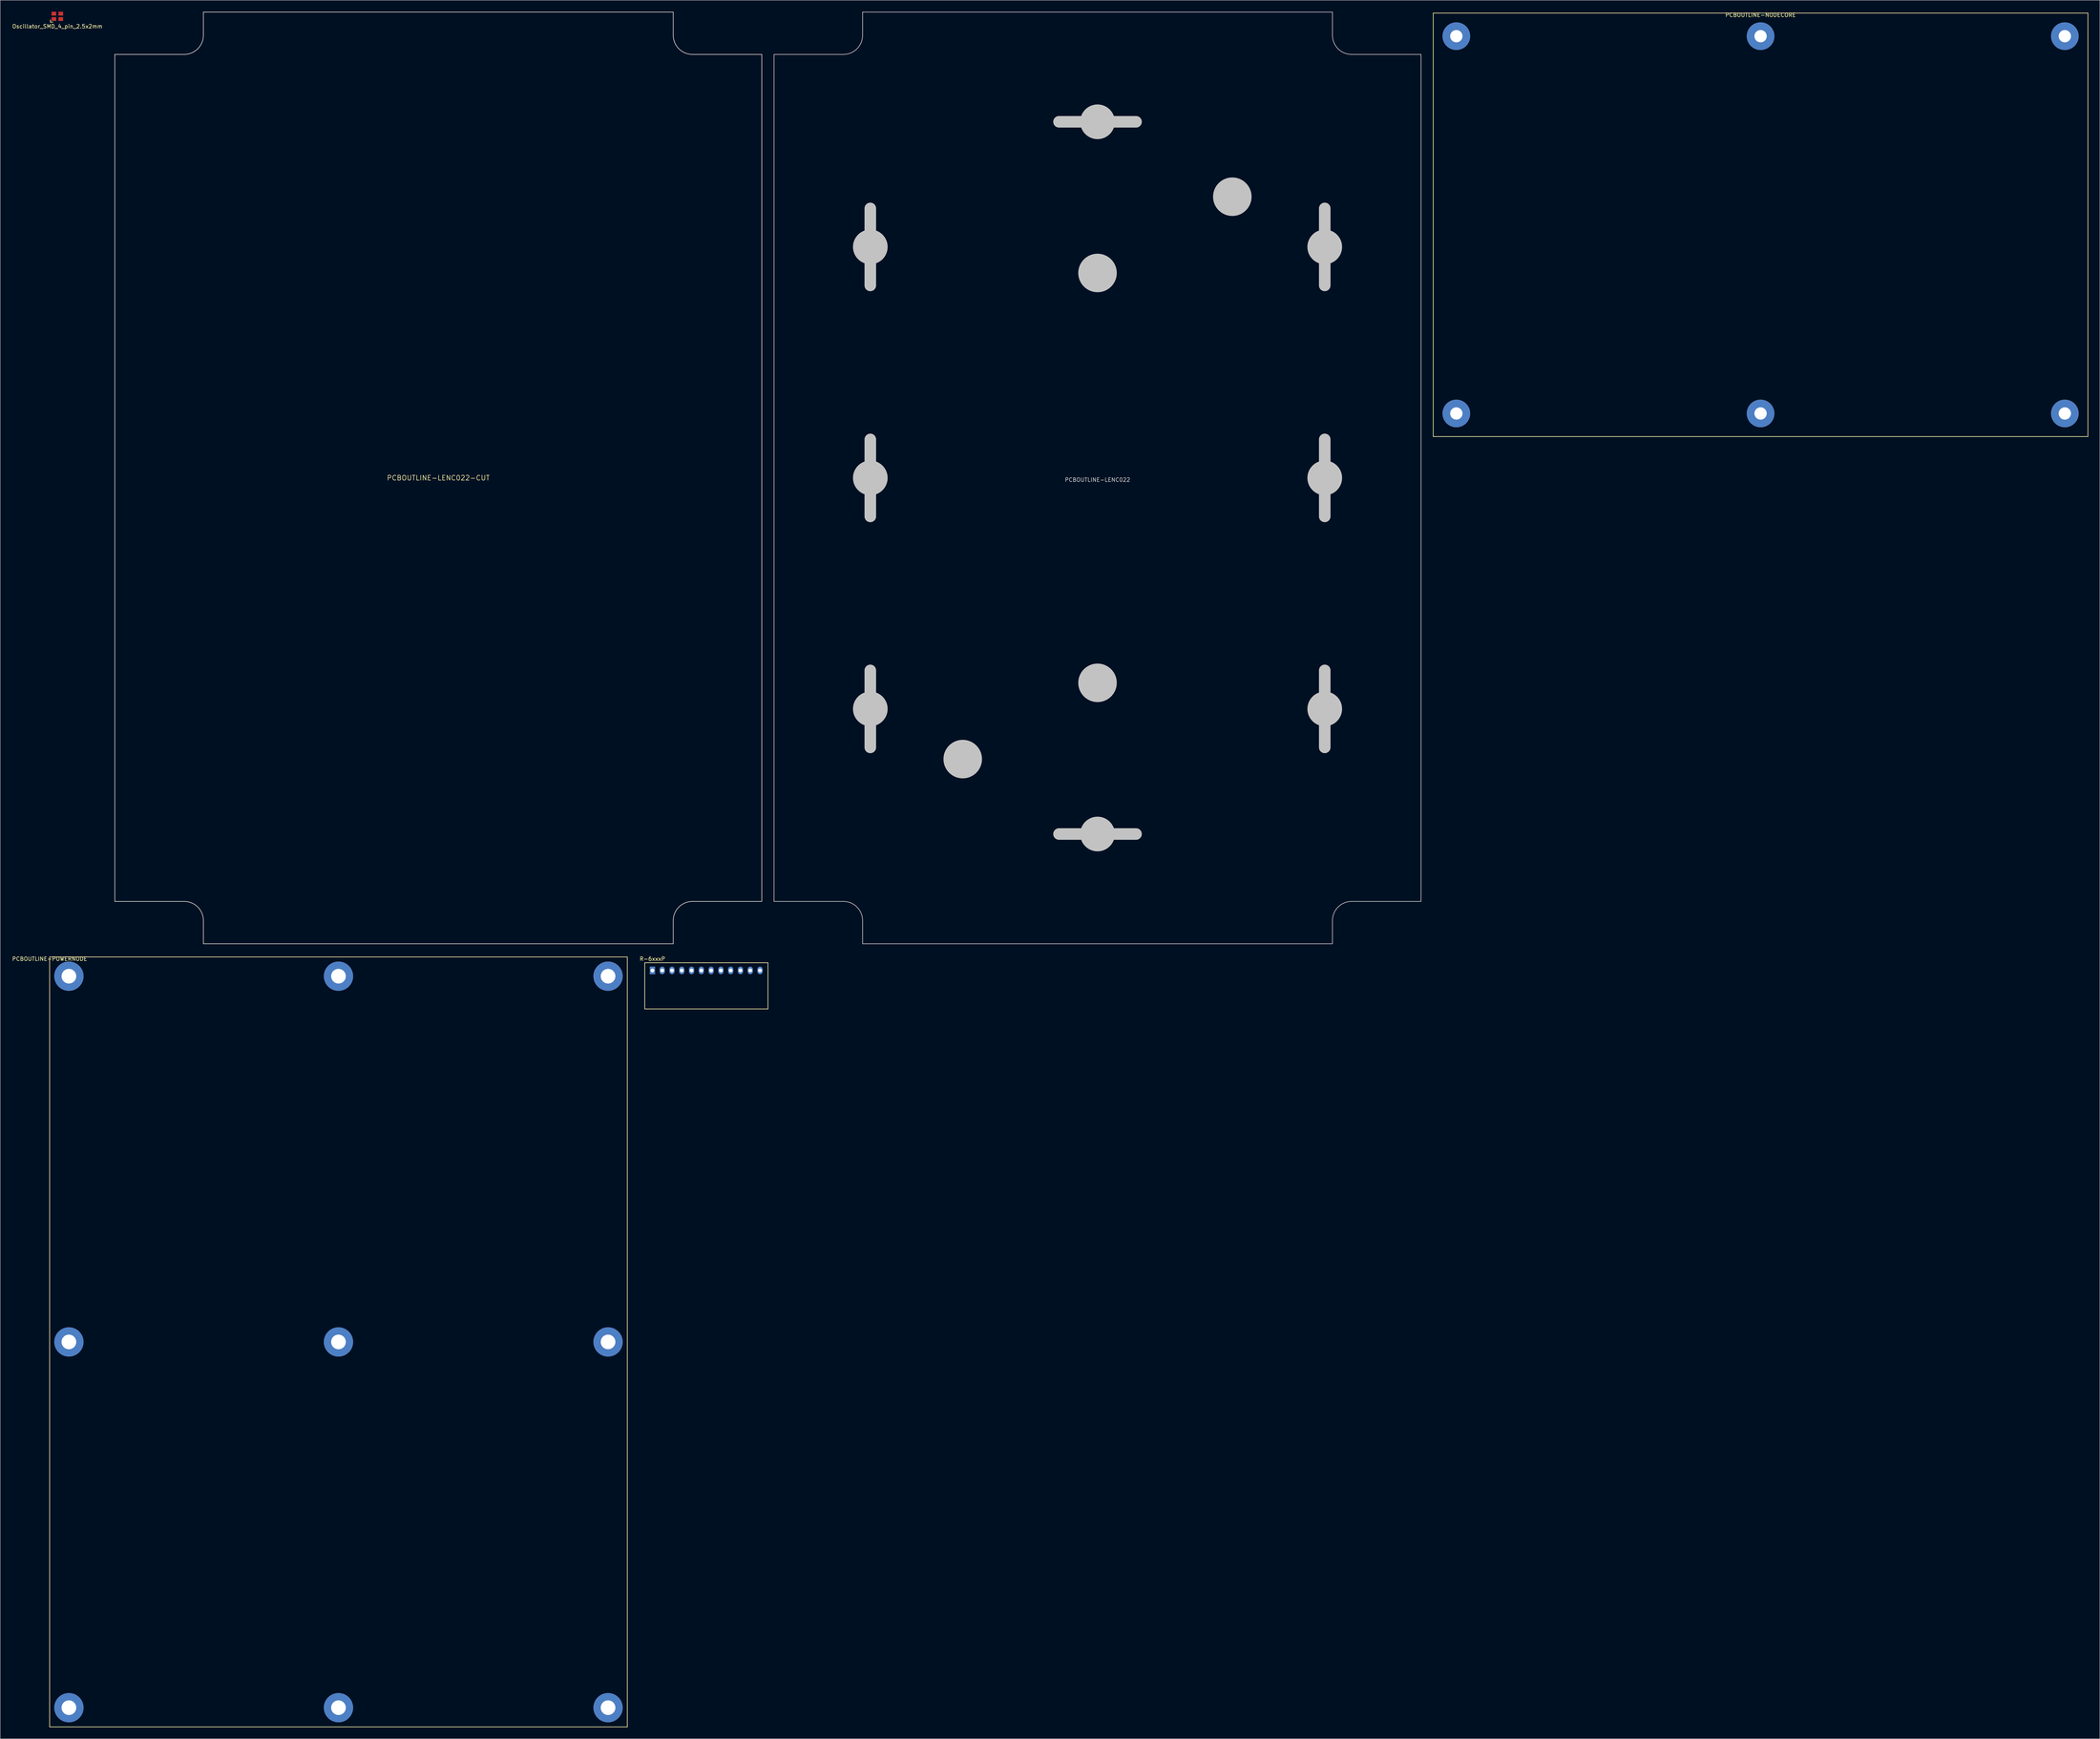
<source format=kicad_pcb>
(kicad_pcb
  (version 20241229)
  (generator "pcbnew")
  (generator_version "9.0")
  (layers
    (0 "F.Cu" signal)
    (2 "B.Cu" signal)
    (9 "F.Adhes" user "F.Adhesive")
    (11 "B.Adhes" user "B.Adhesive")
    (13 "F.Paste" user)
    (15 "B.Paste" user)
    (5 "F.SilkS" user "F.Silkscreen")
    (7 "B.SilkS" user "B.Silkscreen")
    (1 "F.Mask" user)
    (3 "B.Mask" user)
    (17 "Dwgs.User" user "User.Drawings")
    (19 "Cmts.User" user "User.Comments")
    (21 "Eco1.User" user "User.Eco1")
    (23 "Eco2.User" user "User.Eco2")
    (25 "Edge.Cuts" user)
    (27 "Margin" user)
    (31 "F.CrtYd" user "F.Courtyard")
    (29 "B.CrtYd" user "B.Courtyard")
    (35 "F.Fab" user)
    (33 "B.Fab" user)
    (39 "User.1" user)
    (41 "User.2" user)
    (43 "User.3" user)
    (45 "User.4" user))
  (footprint "R-6xxxP"
    (layer "F.Cu")
    (at 166.359 249.018)
    (property "Reference" "R-6xxxP" (at 0 -3 0) (layer "F.SilkS") (effects (font (size 1 1) (thickness 0.15))))
    (attr through_hole)
    (fp_line (start -2 -2) (end 30 -2) (stroke (width 0.17) (type solid)) (layer "F.SilkS"))
    (fp_line (start -2 10) (end -2 -2) (stroke (width 0.17) (type solid)) (layer "F.SilkS"))
    (fp_line (start 30 -2) (end 30 -1) (stroke (width 0.17) (type solid)) (layer "F.SilkS"))
    (fp_line (start 30 -1) (end 30 10) (stroke (width 0.17) (type solid)) (layer "F.SilkS"))
    (fp_line (start 30 10) (end -2 10) (stroke (width 0.17) (type solid)) (layer "F.SilkS"))
    (pad "1" thru_hole rect (at 0 0) (size 1.4 2) (drill 1) (layers "*.Cu" "*.Mask"))
    (pad "2" thru_hole oval (at 2.54 0) (size 1.4 2) (drill 1) (layers "*.Cu" "*.Mask"))
    (pad "3" thru_hole oval (at 5.08 0) (size 1.4 2) (drill 1) (layers "*.Cu" "*.Mask"))
    (pad "4" thru_hole oval (at 7.62 0) (size 1.4 2) (drill 1) (layers "*.Cu" "*.Mask"))
    (pad "5" thru_hole oval (at 10.16 0) (size 1.4 2) (drill 1) (layers "*.Cu" "*.Mask"))
    (pad "6" thru_hole oval (at 12.7 0) (size 1.4 2) (drill 1) (layers "*.Cu" "*.Mask"))
    (pad "7" thru_hole oval (at 15.24 0) (size 1.4 2) (drill 1) (layers "*.Cu" "*.Mask"))
    (pad "8" thru_hole oval (at 17.78 0) (size 1.4 2) (drill 1) (layers "*.Cu" "*.Mask"))
    (pad "9" thru_hole oval (at 20.32 0) (size 1.4 2) (drill 1) (layers "*.Cu" "*.Mask"))
    (pad "10" thru_hole oval (at 22.86 0) (size 1.4 2) (drill 1) (layers "*.Cu" "*.Mask"))
    (pad "11" thru_hole oval (at 25.4 0) (size 1.4 2) (drill 1) (layers "*.Cu" "*.Mask"))
    (pad "12" thru_hole oval (at 27.94 0) (size 1.4 2) (drill 1) (layers "*.Cu" "*.Mask")))
  (footprint "PCBOUTLINE-NODECORE"
    (layer "F.Cu")
    (at 454.104 0.348)
    (property "Reference" "PCBOUTLINE-NODECORE" (at 0 0.5 0) (layer "F.SilkS") (effects (font (size 1 1) (thickness 0.15))))
    (attr through_hole)
    (fp_line (start -85 0) (end -85 110) (stroke (width 0.17) (type solid)) (layer "F.SilkS"))
    (fp_line (start -85 0) (end 85 0) (stroke (width 0.17) (type solid)) (layer "F.SilkS"))
    (fp_line (start -85 110) (end 85 110) (stroke (width 0.17) (type solid)) (layer "F.SilkS"))
    (fp_line (start 85 0) (end 85 110) (stroke (width 0.17) (type solid)) (layer "F.SilkS"))
    (pad "" thru_hole circle (at -79 6) (size 7.2 7.2) (drill 3.2) (layers "*.Cu" "*.Mask"))
    (pad "" thru_hole circle (at -79 104) (size 7.2 7.2) (drill 3.2) (layers "*.Cu" "*.Mask"))
    (pad "" thru_hole circle (at 0 6) (size 7.2 7.2) (drill 3.2) (layers "*.Cu" "*.Mask"))
    (pad "" thru_hole circle (at 0 104) (size 7.2 7.2) (drill 3.2) (layers "*.Cu" "*.Mask"))
    (pad "" thru_hole circle (at 79 6) (size 7.2 7.2) (drill 3.2) (layers "*.Cu" "*.Mask"))
    (pad "" thru_hole circle (at 79 104) (size 7.2 7.2) (drill 3.2) (layers "*.Cu" "*.Mask")))
  (footprint "PCBOUTLINE-LENC022-CUT"
    (layer "F.Cu")
    (at 110.764 121.085)
    (property "Reference" "PCBOUTLINE-LENC022-CUT" (at 0 0 0) (layer "F.SilkS") (effects (font (size 1.27 1.27) (thickness 0.15))))
    (attr through_hole)
    (fp_line (start -84 -110) (end -84 110) (stroke (width 0.17) (type solid)) (layer "Edge.Cuts"))
    (fp_line (start -66 -110) (end -84 -110) (stroke (width 0.17) (type solid)) (layer "Edge.Cuts"))
    (fp_line (start -66 110) (end -84 110) (stroke (width 0.17) (type solid)) (layer "Edge.Cuts"))
    (fp_line (start -61 -121) (end 61 -121) (stroke (width 0.17) (type solid)) (layer "Edge.Cuts"))
    (fp_line (start -61 -115) (end -61 -121) (stroke (width 0.17) (type solid)) (layer "Edge.Cuts"))
    (fp_line (start -61 115) (end -61 121) (stroke (width 0.17) (type solid)) (layer "Edge.Cuts"))
    (fp_line (start -61 121) (end 61 121) (stroke (width 0.17) (type solid)) (layer "Edge.Cuts"))
    (fp_line (start 61 -121) (end 61 -115) (stroke (width 0.17) (type solid)) (layer "Edge.Cuts"))
    (fp_line (start 61 121) (end 61 115) (stroke (width 0.17) (type solid)) (layer "Edge.Cuts"))
    (fp_line (start 66 -110) (end 84 -110) (stroke (width 0.17) (type solid)) (layer "Edge.Cuts"))
    (fp_line (start 84 -110) (end 84 110) (stroke (width 0.17) (type solid)) (layer "Edge.Cuts"))
    (fp_line (start 84 110) (end 66 110) (stroke (width 0.17) (type solid)) (layer "Edge.Cuts"))
    (fp_arc (start -66 110) (mid -62.464466 111.464466) (end -61 115) (stroke (width 0.17) (type solid)) (layer "Edge.Cuts"))
    (fp_arc (start -61 -115) (mid -62.464466 -111.464466) (end -66 -110) (stroke (width 0.17) (type solid)) (layer "Edge.Cuts"))
    (fp_arc (start 61 115) (mid 62.464466 111.464466) (end 66 110) (stroke (width 0.17) (type solid)) (layer "Edge.Cuts"))
    (fp_arc (start 66 -110) (mid 62.464466 -111.464466) (end 61 -115) (stroke (width 0.17) (type solid)) (layer "Edge.Cuts")))
  (footprint "Oscillator_SMD_4_pin_2.5x2mm"
    (layer "F.Cu")
    (at 11.839 1.2)
    (property "Reference" "Oscillator_SMD_4_pin_2.5x2mm" (at 0 2.6 0) (layer "F.SilkS") (effects (font (size 1 1) (thickness 0.15))))
    (attr through_hole)
    (fp_line (start -1.8 0.9) (end -1.8 1.4) (stroke (width 0.17) (type solid)) (layer "F.SilkS"))
    (fp_line (start -1.8 1.4) (end -1.8 1.5) (stroke (width 0.17) (type solid)) (layer "F.SilkS"))
    (fp_line (start -1.8 1.5) (end -1.3 1.5) (stroke (width 0.17) (type solid)) (layer "F.SilkS"))
    (fp_line (start -1.3 1.5) (end -1.2 1.5) (stroke (width 0.17) (type solid)) (layer "F.SilkS"))
    (pad "1" smd rect (at -0.9 0.7) (size 1.2 1) (layers "F.Cu" "F.Mask" "F.Paste"))
    (pad "2" smd rect (at 0.9 0.7) (size 1.2 1) (layers "F.Cu" "F.Mask" "F.Paste"))
    (pad "3" smd rect (at 0.9 -0.7) (size 1.2 1) (layers "F.Cu" "F.Mask" "F.Paste"))
    (pad "4" smd rect (at -0.9 -0.7) (size 1.2 1) (layers "F.Cu" "F.Mask" "F.Paste")))
  (footprint "PCBOUTLINE-POWERNODE"
    (layer "F.Cu")
    (at 9.839 245.518)
    (property "Reference" "PCBOUTLINE-POWERNODE" (at 0 0.5 0) (layer "F.SilkS") (effects (font (size 1 1) (thickness 0.15))))
    (attr through_hole)
    (fp_line (start 0 0) (end 0 200) (stroke (width 0.17) (type solid)) (layer "F.SilkS"))
    (fp_line (start 0 0) (end 150 0) (stroke (width 0.17) (type solid)) (layer "F.SilkS"))
    (fp_line (start 0 200) (end 150 200) (stroke (width 0.17) (type solid)) (layer "F.SilkS"))
    (fp_line (start 150 0) (end 150 200) (stroke (width 0.17) (type solid)) (layer "F.SilkS"))
    (pad "1" thru_hole circle (at 5 5) (size 7.62 7.62) (drill 3.81) (layers "*.Cu" "*.Mask"))
    (pad "2" thru_hole circle (at 75 5) (size 7.62 7.62) (drill 3.81) (layers "*.Cu" "*.Mask"))
    (pad "3" thru_hole circle (at 145 5) (size 7.62 7.62) (drill 3.81) (layers "*.Cu" "*.Mask"))
    (pad "4" thru_hole circle (at 145 100) (size 7.62 7.62) (drill 3.81) (layers "*.Cu" "*.Mask"))
    (pad "5" thru_hole circle (at 145 195) (size 7.62 7.62) (drill 3.81) (layers "*.Cu" "*.Mask"))
    (pad "6" thru_hole circle (at 75 195) (size 7.62 7.62) (drill 3.81) (layers "*.Cu" "*.Mask"))
    (pad "7" thru_hole circle (at 5 195) (size 7.62 7.62) (drill 3.81) (layers "*.Cu" "*.Mask"))
    (pad "8" thru_hole circle (at 5 100) (size 7.62 7.62) (drill 3.81) (layers "*.Cu" "*.Mask"))
    (pad "9" thru_hole circle (at 75 100) (size 7.62 7.62) (drill 3.81) (layers "*.Cu" "*.Mask")))
  (footprint "PCBOUTLINE-LENC022"
    (layer "F.Cu")
    (at 281.934 121.085)
    (property "Reference" "PCBOUTLINE-LENC022" (at 0 0.5 0) (layer "Dwgs.User") (effects (font (size 1 1) (thickness 0.15))))
    (attr through_hole)
    (fp_line (start -84 -110) (end -84 110) (stroke (width 0.17) (type solid)) (layer "Dwgs.User"))
    (fp_line (start -66 -110) (end -84 -110) (stroke (width 0.17) (type solid)) (layer "Dwgs.User"))
    (fp_line (start -66 110) (end -84 110) (stroke (width 0.17) (type solid)) (layer "Dwgs.User"))
    (fp_line (start -61 -121) (end 61 -121) (stroke (width 0.17) (type solid)) (layer "Dwgs.User"))
    (fp_line (start -61 -115) (end -61 -121) (stroke (width 0.17) (type solid)) (layer "Dwgs.User"))
    (fp_line (start -61 115) (end -61 121) (stroke (width 0.17) (type solid)) (layer "Dwgs.User"))
    (fp_line (start -61 121) (end 61 121) (stroke (width 0.17) (type solid)) (layer "Dwgs.User"))
    (fp_line (start 61 -121) (end 61 -115) (stroke (width 0.17) (type solid)) (layer "Dwgs.User"))
    (fp_line (start 61 121) (end 61 115) (stroke (width 0.17) (type solid)) (layer "Dwgs.User"))
    (fp_line (start 66 -110) (end 84 -110) (stroke (width 0.17) (type solid)) (layer "Dwgs.User"))
    (fp_line (start 84 -110) (end 84 110) (stroke (width 0.17) (type solid)) (layer "Dwgs.User"))
    (fp_line (start 84 110) (end 66 110) (stroke (width 0.17) (type solid)) (layer "Dwgs.User"))
    (fp_arc (start -66 110) (mid -62.464466 111.464466) (end -61 115) (stroke (width 0.17) (type solid)) (layer "Dwgs.User"))
    (fp_arc (start -61 -115) (mid -62.464466 -111.464466) (end -66 -110) (stroke (width 0.17) (type solid)) (layer "Dwgs.User"))
    (fp_arc (start 61 115) (mid 62.464466 111.464466) (end 66 110) (stroke (width 0.17) (type solid)) (layer "Dwgs.User"))
    (fp_arc (start 66 -110) (mid 62.464466 -111.464466) (end 61 -115) (stroke (width 0.17) (type solid)) (layer "Dwgs.User"))
    (pad "" smd oval (at -59 -60) (size 3 23) (layers "Dwgs.User"))
    (pad "" smd oval (at -59 -60) (size 9 9) (layers "Dwgs.User"))
    (pad "" smd oval (at -59 0) (size 3 23) (layers "Dwgs.User"))
    (pad "" smd oval (at -59 0) (size 9 9) (layers "Dwgs.User"))
    (pad "" smd oval (at -59 60) (size 3 23) (layers "Dwgs.User"))
    (pad "" smd oval (at -59 60) (size 9 9) (layers "Dwgs.User"))
    (pad "" smd oval (at -35 73.04) (size 10 10) (layers "Dwgs.User"))
    (pad "" smd oval (at 0 -92.5) (size 9 9) (layers "Dwgs.User"))
    (pad "" smd oval (at 0 -92.5) (size 23 3) (layers "Dwgs.User"))
    (pad "" smd oval (at 0 -53.23) (size 10 10) (layers "Dwgs.User"))
    (pad "" smd oval (at 0 53.23) (size 10 10) (layers "Dwgs.User"))
    (pad "" smd oval (at 0 92.5) (size 9 9) (layers "Dwgs.User"))
    (pad "" smd oval (at 0 92.5) (size 23 3) (layers "Dwgs.User"))
    (pad "" smd oval (at 35 -73.04) (size 10 10) (layers "Dwgs.User"))
    (pad "" smd oval (at 59 -60) (size 3 23) (layers "Dwgs.User"))
    (pad "" smd oval (at 59 -60) (size 9 9) (layers "Dwgs.User"))
    (pad "" smd oval (at 59 0) (size 3 23) (layers "Dwgs.User"))
    (pad "" smd oval (at 59 0) (size 9 9) (layers "Dwgs.User"))
    (pad "" smd oval (at 59 60) (size 3 23) (layers "Dwgs.User"))
    (pad "" smd oval (at 59 60) (size 9 9) (layers "Dwgs.User")))
  (gr_rect
    (start -3 -3)
    (end 542.189 448.603)
    (stroke (width 0.1) (type default))
    (fill no)
    (layer "Edge.Cuts")))
</source>
